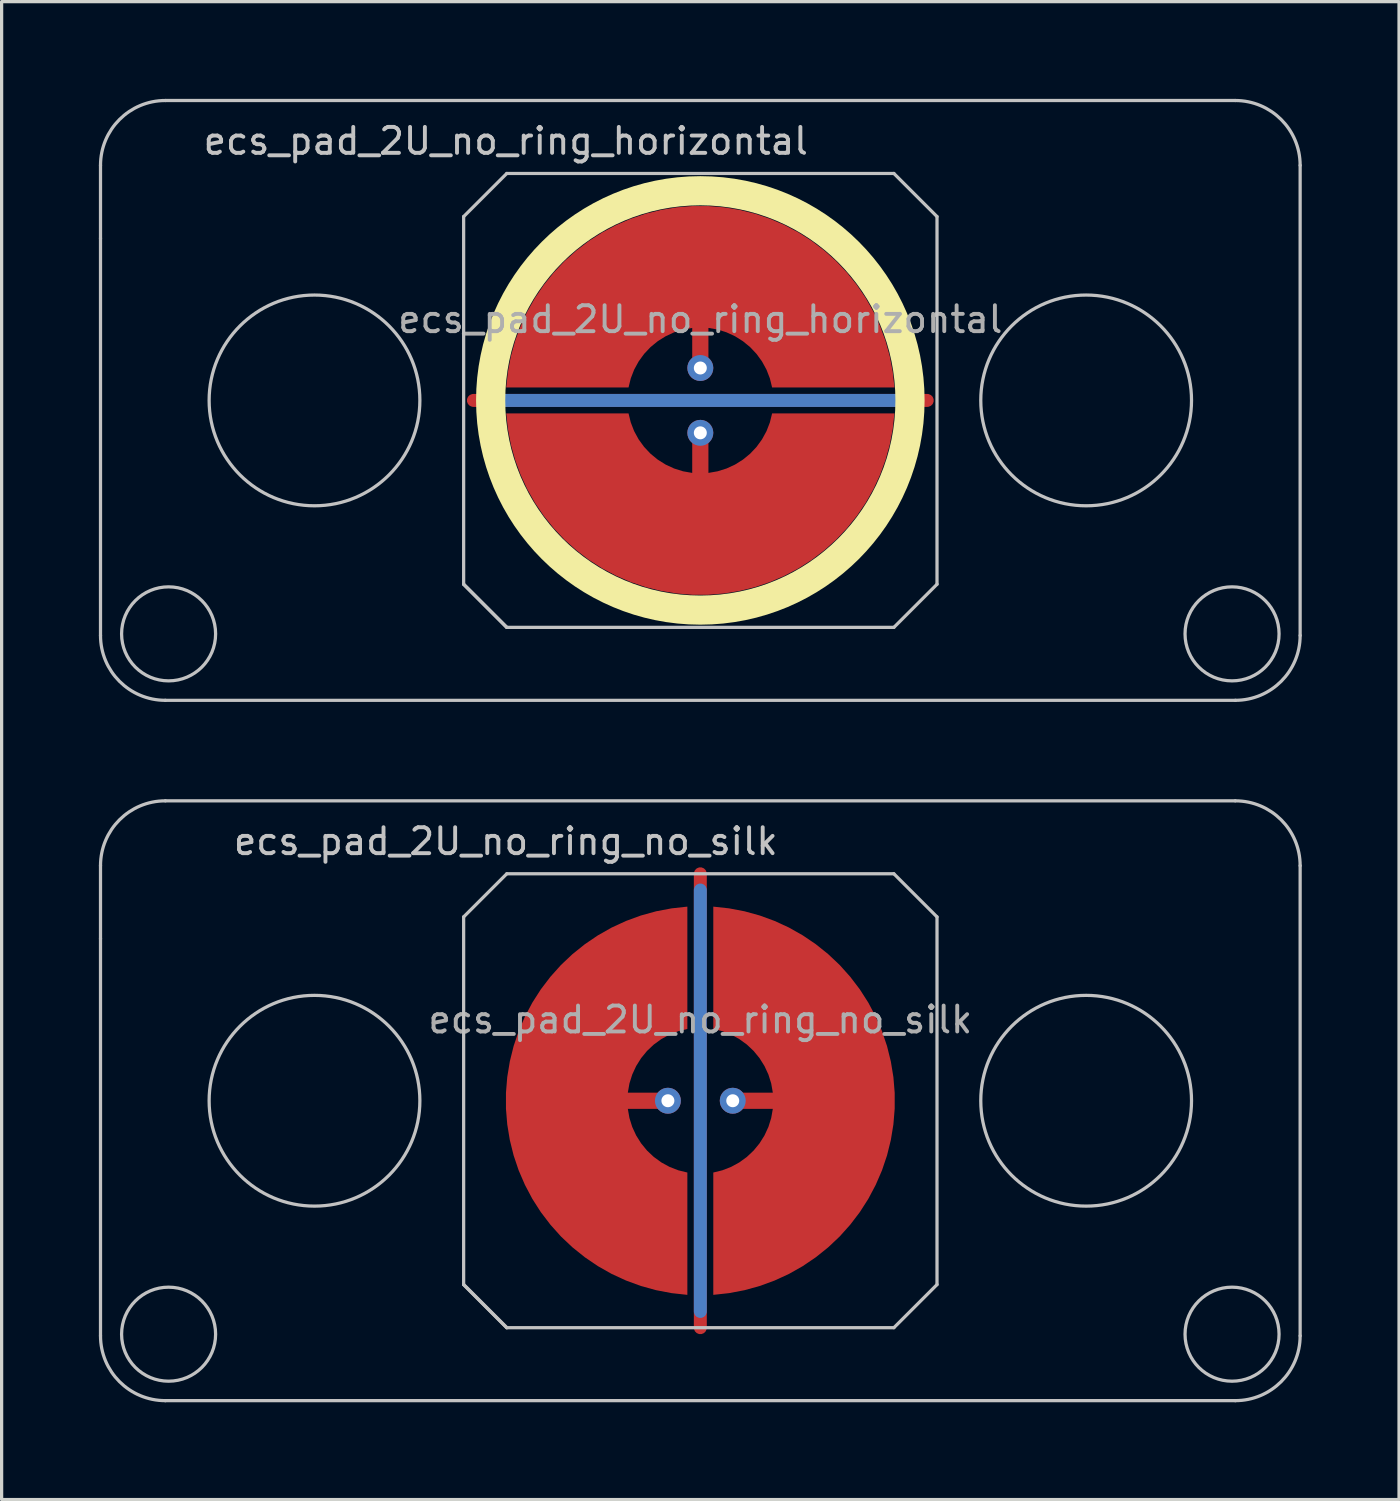
<source format=kicad_pcb>
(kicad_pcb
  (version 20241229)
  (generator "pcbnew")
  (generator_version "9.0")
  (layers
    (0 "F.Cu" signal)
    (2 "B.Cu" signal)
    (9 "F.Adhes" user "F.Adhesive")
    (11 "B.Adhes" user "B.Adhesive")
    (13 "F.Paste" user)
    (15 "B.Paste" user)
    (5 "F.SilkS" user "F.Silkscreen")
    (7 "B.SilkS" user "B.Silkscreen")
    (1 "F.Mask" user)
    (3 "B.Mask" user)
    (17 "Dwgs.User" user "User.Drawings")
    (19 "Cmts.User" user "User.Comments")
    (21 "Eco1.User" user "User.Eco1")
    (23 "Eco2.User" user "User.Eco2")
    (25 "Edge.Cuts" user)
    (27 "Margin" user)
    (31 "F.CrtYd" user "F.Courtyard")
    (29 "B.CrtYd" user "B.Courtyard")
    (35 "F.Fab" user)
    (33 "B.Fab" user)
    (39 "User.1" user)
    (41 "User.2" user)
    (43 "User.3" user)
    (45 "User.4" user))
  (footprint "ecs_pad_2U_no_ring_horizontal"
    (layer "F.Cu")
    (at 18.55 9.3)
    (property "Reference" "ecs_pad_2U_no_ring_horizontal" (at -6 -8 0) (layer "Dwgs.User") (effects (font (size 0.8 0.8) (thickness 0.12))))
    (attr smd)
    (fp_circle (center 0 0) (end 6.467 0) (stroke (width 0.9) (type solid)) (fill no) (layer "F.SilkS"))
    (fp_line (start -18.5 -5) (end -18.5 -7.25) (stroke (width 0.1) (type solid)) (layer "Dwgs.User"))
    (fp_line (start -18.5 -5) (end -18.5 7.25) (stroke (width 0.1) (type solid)) (layer "Dwgs.User"))
    (fp_line (start -16.5 -9.25) (end 16.5 -9.25) (stroke (width 0.1) (type solid)) (layer "Dwgs.User"))
    (fp_line (start -16.5 9.25) (end 16.5 9.25) (stroke (width 0.1) (type solid)) (layer "Dwgs.User"))
    (fp_line (start -7.3 -5.67) (end -5.97 -7) (stroke (width 0.1) (type solid)) (layer "Dwgs.User"))
    (fp_line (start -7.3 5.67) (end -7.3 -5.67) (stroke (width 0.1) (type solid)) (layer "Dwgs.User"))
    (fp_line (start -7.3 5.67) (end -5.97 7) (stroke (width 0.1) (type solid)) (layer "Dwgs.User"))
    (fp_line (start -5.97 -7) (end 5.97 -7) (stroke (width 0.1) (type solid)) (layer "Dwgs.User"))
    (fp_line (start -5.97 7) (end -7.3 5.67) (stroke (width 0.1) (type solid)) (layer "Dwgs.User"))
    (fp_line (start 5.97 -7) (end 7.3 -5.67) (stroke (width 0.1) (type solid)) (layer "Dwgs.User"))
    (fp_line (start 5.97 7) (end -5.97 7) (stroke (width 0.1) (type solid)) (layer "Dwgs.User"))
    (fp_line (start 7.3 -5.67) (end 7.3 5.67) (stroke (width 0.1) (type solid)) (layer "Dwgs.User"))
    (fp_line (start 7.3 5.67) (end 5.97 7) (stroke (width 0.1) (type solid)) (layer "Dwgs.User"))
    (fp_line (start 18.5 -7.25) (end 18.5 7.25) (stroke (width 0.1) (type solid)) (layer "Dwgs.User"))
    (fp_arc (start -18.5 -7.25) (mid -17.914214 -8.664214) (end -16.5 -9.25) (stroke (width 0.1) (type solid)) (layer "Dwgs.User"))
    (fp_arc (start -16.5 9.25) (mid -17.914214 8.664214) (end -18.5 7.25) (stroke (width 0.1) (type solid)) (layer "Dwgs.User"))
    (fp_arc (start 16.5 -9.25) (mid 17.914214 -8.664214) (end 18.5 -7.25) (stroke (width 0.1) (type solid)) (layer "Dwgs.User"))
    (fp_arc (start 18.5 7.25) (mid 17.914214 8.664214) (end 16.5 9.25) (stroke (width 0.1) (type solid)) (layer "Dwgs.User"))
    (fp_circle (center -16.4 7.2) (end -14.95 7.2) (stroke (width 0.1) (type solid)) (fill no) (layer "Dwgs.User"))
    (fp_circle (center -11.9 0) (end -8.65 0) (stroke (width 0.1) (type solid)) (fill no) (layer "Dwgs.User"))
    (fp_circle (center 11.9 0) (end 15.15 0) (stroke (width 0.1) (type solid)) (fill no) (layer "Dwgs.User"))
    (fp_circle (center 16.4 7.2) (end 17.85 7.2) (stroke (width 0.1) (type solid)) (fill no) (layer "Dwgs.User"))
    (fp_text user "${REFERENCE}" (at 0 -2.5 0) (layer "F.Fab") (effects (font (size 0.8 0.8) (thickness 0.12))))
    (pad "1" smd custom (at 0 1 90) (size 0.4 0.4) (layers "F.Cu") (options (anchor circle)) (primitives (gr_poly (pts (xy 0.6 -2.214) (xy 0.32 -2.145) (xy 0.052 -2.041) (xy -0.201 -1.903) (xy -0.434 -1.734) (xy -0.644 -1.536) (xy -0.826 -1.314) (xy -0.979 -1.07) (xy -1.1 -0.808) (xy -1.186 -0.534) (xy -1.236 -0.25) (xy 0 -0.25) (xy 0.096 -0.231) (xy 0.177 -0.177) (xy 0.231 -0.096) (xy 0.25 0) (xy 0.231 0.096) (xy 0.177 0.177) (xy 0.096 0.231) (xy 0 0.25) (xy -1.236 0.25) (xy -1.186 0.534) (xy -1.1 0.808) (xy -0.979 1.07) (xy -0.826 1.314) (xy -0.644 1.536) (xy -0.434 1.734) (xy -0.201 1.903) (xy 0.052 2.041) (xy 0.32 2.145) (xy 0.6 2.214) (xy 0.6 5.987) (xy 0.115 5.934) (xy -0.364 5.843) (xy -0.834 5.713) (xy -1.292 5.545) (xy -1.735 5.341) (xy -2.159 5.101) (xy -2.563 4.827) (xy -2.943 4.522) (xy -3.298 4.187) (xy -3.623 3.824) (xy -3.919 3.436) (xy -4.182 3.025) (xy -4.41 2.594) (xy -4.603 2.147) (xy -4.759 1.684) (xy -4.876 1.211) (xy -4.955 0.73) (xy -4.995 0.244) (xy -4.995 -0.244) (xy -4.955 -0.73) (xy -4.876 -1.211) (xy -4.759 -1.684) (xy -4.603 -2.147) (xy -4.41 -2.594) (xy -4.182 -3.025) (xy -3.919 -3.436) (xy -3.623 -3.824) (xy -3.298 -4.187) (xy -2.943 -4.522) (xy -2.563 -4.827) (xy -2.159 -5.101) (xy -1.735 -5.341) (xy -1.292 -5.545) (xy -0.834 -5.713) (xy -0.364 -5.843) (xy 0.115 -5.934) (xy 0.6 -5.987)) (width 0) (fill yes))))
    (pad "1" thru_hole circle (at 0 1 90) (size 0.8 0.8) (drill 0.4) (layers "*.Cu"))
    (pad "2" smd custom (at 0 -1 270) (size 0.4 0.4) (layers "F.Cu") (options (anchor circle)) (primitives (gr_poly (pts (xy 0.6 -2.214) (xy 0.32 -2.145) (xy 0.052 -2.041) (xy -0.201 -1.903) (xy -0.434 -1.734) (xy -0.644 -1.536) (xy -0.826 -1.314) (xy -0.979 -1.07) (xy -1.1 -0.808) (xy -1.186 -0.534) (xy -1.236 -0.25) (xy 0 -0.25) (xy 0.096 -0.231) (xy 0.177 -0.177) (xy 0.231 -0.096) (xy 0.25 0) (xy 0.231 0.096) (xy 0.177 0.177) (xy 0.096 0.231) (xy 0 0.25) (xy -1.236 0.25) (xy -1.186 0.534) (xy -1.1 0.808) (xy -0.979 1.07) (xy -0.826 1.314) (xy -0.644 1.536) (xy -0.434 1.734) (xy -0.201 1.903) (xy 0.052 2.041) (xy 0.32 2.145) (xy 0.6 2.214) (xy 0.6 5.987) (xy 0.115 5.934) (xy -0.364 5.843) (xy -0.834 5.713) (xy -1.292 5.545) (xy -1.735 5.341) (xy -2.159 5.101) (xy -2.563 4.827) (xy -2.943 4.522) (xy -3.298 4.187) (xy -3.623 3.824) (xy -3.919 3.436) (xy -4.182 3.025) (xy -4.41 2.594) (xy -4.603 2.147) (xy -4.759 1.684) (xy -4.876 1.211) (xy -4.955 0.73) (xy -4.995 0.244) (xy -4.995 -0.244) (xy -4.955 -0.73) (xy -4.876 -1.211) (xy -4.759 -1.684) (xy -4.603 -2.147) (xy -4.41 -2.594) (xy -4.182 -3.025) (xy -3.919 -3.436) (xy -3.623 -3.824) (xy -3.298 -4.187) (xy -2.943 -4.522) (xy -2.563 -4.827) (xy -2.159 -5.101) (xy -1.735 -5.341) (xy -1.292 -5.545) (xy -0.834 -5.713) (xy -0.364 -5.843) (xy 0.115 -5.934) (xy 0.6 -5.987)) (width 0) (fill yes))))
    (pad "2" thru_hole circle (at 0 -1 90) (size 0.8 0.8) (drill 0.4) (layers "*.Cu"))
    (pad "3" smd custom (at 0 0 90) (size 0.4 0.4) (layers "F.Cu") (options (anchor rect)) (primitives (gr_line (start 0 -7) (end 0 7) (width 0.4))))
    (pad "3" smd custom (at 0 0 90) (size 0.4 0.4) (layers "B.Cu") (options (anchor rect)) (primitives (gr_line (start 0 -6.5) (end 0 6.5) (width 0.4))))
    (zone (net_name "") (layer "F.Cu") (hatch edge 0.508) (connect_pads) (min_thickness 0.254) (filled_areas_thickness no) (keepout (tracks allowed) (vias allowed) (pads allowed) (copperpour not_allowed) (footprints allowed)) (placement (enabled no)) (fill) (polygon (pts (xy 25.555 9.3) (xy 25.536 8.787) (xy 25.48 8.277) (xy 25.386 7.772) (xy 25.256 7.275) (xy 25.09 6.79) (xy 24.888 6.317) (xy 24.653 5.861) (xy 24.385 5.424) (xy 24.085 5.007) (xy 23.756 4.613) (xy 23.398 4.244) (xy 23.015 3.903) (xy 22.608 3.59) (xy 22.179 3.308) (xy 21.73 3.059) (xy 21.265 2.842) (xy 20.784 2.661) (xy 20.292 2.515) (xy 19.79 2.406) (xy 19.282 2.333) (xy 18.77 2.299) (xy 18.257 2.301) (xy 17.745 2.342) (xy 17.237 2.419) (xy 16.737 2.534) (xy 16.246 2.685) (xy 15.768 2.871) (xy 15.305 3.092) (xy 14.859 3.347) (xy 14.433 3.633) (xy 14.029 3.95) (xy 13.649 4.295) (xy 13.296 4.668) (xy 12.97 5.065) (xy 12.675 5.485) (xy 12.412 5.925) (xy 12.181 6.384) (xy 11.984 6.858) (xy 11.823 7.346) (xy 11.698 7.844) (xy 11.61 8.349) (xy 11.559 8.86) (xy 11.545 9.373) (xy 11.57 9.886) (xy 11.631 10.396) (xy 11.73 10.9) (xy 11.866 11.395) (xy 12.037 11.879) (xy 12.243 12.349) (xy 12.484 12.802) (xy 12.756 13.237) (xy 13.06 13.651) (xy 13.394 14.041) (xy 13.755 14.406) (xy 14.142 14.744) (xy 14.552 15.052) (xy 14.984 15.329) (xy 15.435 15.574) (xy 15.903 15.786) (xy 16.385 15.962) (xy 16.879 16.103) (xy 17.382 16.207) (xy 17.891 16.274) (xy 18.403 16.303) (xy 18.917 16.295) (xy 19.428 16.25) (xy 19.935 16.167) (xy 20.434 16.047) (xy 20.923 15.891) (xy 21.399 15.699) (xy 21.86 15.473) (xy 22.303 15.214) (xy 22.726 14.924) (xy 23.127 14.603) (xy 23.503 14.253) (xy 23.853 13.877) (xy 24.174 13.476) (xy 24.464 13.053) (xy 24.723 12.61) (xy 24.949 12.149) (xy 25.141 11.673) (xy 25.297 11.184) (xy 25.417 10.685) (xy 25.5 10.178) (xy 25.545 9.667))))
    (zone (net_name "") (layer "B.Cu") (hatch edge 0.508) (connect_pads) (min_thickness 0.254) (filled_areas_thickness no) (keepout (tracks allowed) (vias allowed) (pads allowed) (copperpour not_allowed) (footprints allowed)) (placement (enabled no)) (fill) (polygon (pts (xy 25.108 9.3) (xy 25.088 8.785) (xy 25.028 8.274) (xy 24.927 7.769) (xy 24.787 7.273) (xy 24.609 6.79) (xy 24.393 6.323) (xy 24.142 5.873) (xy 23.856 5.445) (xy 23.537 5.041) (xy 23.187 4.663) (xy 22.809 4.313) (xy 22.405 3.994) (xy 21.977 3.708) (xy 21.527 3.457) (xy 21.06 3.241) (xy 20.577 3.063) (xy 20.081 2.923) (xy 19.576 2.822) (xy 19.065 2.762) (xy 18.55 2.742) (xy 18.035 2.762) (xy 17.524 2.822) (xy 17.019 2.923) (xy 16.523 3.063) (xy 16.04 3.241) (xy 15.573 3.457) (xy 15.123 3.708) (xy 14.695 3.994) (xy 14.291 4.313) (xy 13.913 4.663) (xy 13.563 5.041) (xy 13.244 5.445) (xy 12.958 5.873) (xy 12.707 6.323) (xy 12.491 6.79) (xy 12.313 7.273) (xy 12.173 7.769) (xy 12.072 8.274) (xy 12.012 8.785) (xy 11.992 9.3) (xy 12.012 9.815) (xy 12.072 10.326) (xy 12.173 10.831) (xy 12.313 11.327) (xy 12.491 11.81) (xy 12.707 12.277) (xy 12.958 12.727) (xy 13.244 13.155) (xy 13.563 13.559) (xy 13.913 13.937) (xy 14.291 14.287) (xy 14.695 14.606) (xy 15.123 14.892) (xy 15.573 15.143) (xy 16.04 15.359) (xy 16.523 15.537) (xy 17.019 15.677) (xy 17.524 15.778) (xy 18.035 15.838) (xy 18.55 15.858) (xy 19.065 15.838) (xy 19.576 15.778) (xy 20.081 15.677) (xy 20.577 15.537) (xy 21.06 15.359) (xy 21.527 15.143) (xy 21.977 14.892) (xy 22.405 14.606) (xy 22.809 14.287) (xy 23.187 13.937) (xy 23.537 13.559) (xy 23.856 13.155) (xy 24.142 12.727) (xy 24.393 12.277) (xy 24.609 11.81) (xy 24.787 11.327) (xy 24.927 10.831) (xy 25.028 10.326) (xy 25.088 9.815)))))
  (footprint "ecs_pad_2U_no_ring_no_silk"
    (layer "F.Cu")
    (at 18.55 30.9)
    (property "Reference" "ecs_pad_2U_no_ring_no_silk" (at -6 -8 0) (layer "Dwgs.User") (effects (font (size 0.8 0.8) (thickness 0.12))))
    (attr smd)
    (fp_line (start -18.5 -5) (end -18.5 -7.25) (stroke (width 0.1) (type solid)) (layer "Dwgs.User"))
    (fp_line (start -18.5 -5) (end -18.5 7.25) (stroke (width 0.1) (type solid)) (layer "Dwgs.User"))
    (fp_line (start -16.5 -9.25) (end 16.5 -9.25) (stroke (width 0.1) (type solid)) (layer "Dwgs.User"))
    (fp_line (start -16.5 9.25) (end 16.5 9.25) (stroke (width 0.1) (type solid)) (layer "Dwgs.User"))
    (fp_line (start -7.3 -5.67) (end -5.97 -7) (stroke (width 0.1) (type solid)) (layer "Dwgs.User"))
    (fp_line (start -7.3 5.67) (end -7.3 -5.67) (stroke (width 0.1) (type solid)) (layer "Dwgs.User"))
    (fp_line (start -7.3 5.67) (end -5.97 7) (stroke (width 0.1) (type solid)) (layer "Dwgs.User"))
    (fp_line (start -5.97 -7) (end 5.97 -7) (stroke (width 0.1) (type solid)) (layer "Dwgs.User"))
    (fp_line (start -5.97 7) (end -7.3 5.67) (stroke (width 0.1) (type solid)) (layer "Dwgs.User"))
    (fp_line (start 5.97 -7) (end 7.3 -5.67) (stroke (width 0.1) (type solid)) (layer "Dwgs.User"))
    (fp_line (start 5.97 7) (end -5.97 7) (stroke (width 0.1) (type solid)) (layer "Dwgs.User"))
    (fp_line (start 7.3 -5.67) (end 7.3 5.67) (stroke (width 0.1) (type solid)) (layer "Dwgs.User"))
    (fp_line (start 7.3 5.67) (end 5.97 7) (stroke (width 0.1) (type solid)) (layer "Dwgs.User"))
    (fp_line (start 18.5 -7.25) (end 18.5 7.25) (stroke (width 0.1) (type solid)) (layer "Dwgs.User"))
    (fp_arc (start -18.5 -7.25) (mid -17.914214 -8.664214) (end -16.5 -9.25) (stroke (width 0.1) (type solid)) (layer "Dwgs.User"))
    (fp_arc (start -16.5 9.25) (mid -17.914214 8.664214) (end -18.5 7.25) (stroke (width 0.1) (type solid)) (layer "Dwgs.User"))
    (fp_arc (start 16.5 -9.25) (mid 17.914214 -8.664214) (end 18.5 -7.25) (stroke (width 0.1) (type solid)) (layer "Dwgs.User"))
    (fp_arc (start 18.5 7.25) (mid 17.914214 8.664214) (end 16.5 9.25) (stroke (width 0.1) (type solid)) (layer "Dwgs.User"))
    (fp_circle (center -16.4 7.2) (end -14.95 7.2) (stroke (width 0.1) (type solid)) (fill no) (layer "Dwgs.User"))
    (fp_circle (center -11.9 0) (end -8.65 0) (stroke (width 0.1) (type solid)) (fill no) (layer "Dwgs.User"))
    (fp_circle (center 11.9 0) (end 15.15 0) (stroke (width 0.1) (type solid)) (fill no) (layer "Dwgs.User"))
    (fp_circle (center 16.4 7.2) (end 17.85 7.2) (stroke (width 0.1) (type solid)) (fill no) (layer "Dwgs.User"))
    (fp_text user "${REFERENCE}" (at 0 -2.5 0) (layer "F.Fab") (effects (font (size 0.8 0.8) (thickness 0.12))))
    (pad "1" smd custom (at -1 0) (size 0.4 0.4) (layers "F.Cu") (options (anchor circle)) (primitives (gr_poly (pts (xy 0.6 -2.214) (xy 0.32 -2.145) (xy 0.052 -2.041) (xy -0.201 -1.903) (xy -0.434 -1.734) (xy -0.644 -1.536) (xy -0.826 -1.314) (xy -0.979 -1.07) (xy -1.1 -0.808) (xy -1.186 -0.534) (xy -1.236 -0.25) (xy 0 -0.25) (xy 0.096 -0.231) (xy 0.177 -0.177) (xy 0.231 -0.096) (xy 0.25 0) (xy 0.231 0.096) (xy 0.177 0.177) (xy 0.096 0.231) (xy 0 0.25) (xy -1.236 0.25) (xy -1.186 0.534) (xy -1.1 0.808) (xy -0.979 1.07) (xy -0.826 1.314) (xy -0.644 1.536) (xy -0.434 1.734) (xy -0.201 1.903) (xy 0.052 2.041) (xy 0.32 2.145) (xy 0.6 2.214) (xy 0.6 5.987) (xy 0.115 5.934) (xy -0.364 5.843) (xy -0.834 5.713) (xy -1.292 5.545) (xy -1.735 5.341) (xy -2.159 5.101) (xy -2.563 4.827) (xy -2.943 4.522) (xy -3.298 4.187) (xy -3.623 3.824) (xy -3.919 3.436) (xy -4.182 3.025) (xy -4.41 2.594) (xy -4.603 2.147) (xy -4.759 1.684) (xy -4.876 1.211) (xy -4.955 0.73) (xy -4.995 0.244) (xy -4.995 -0.244) (xy -4.955 -0.73) (xy -4.876 -1.211) (xy -4.759 -1.684) (xy -4.603 -2.147) (xy -4.41 -2.594) (xy -4.182 -3.025) (xy -3.919 -3.436) (xy -3.623 -3.824) (xy -3.298 -4.187) (xy -2.943 -4.522) (xy -2.563 -4.827) (xy -2.159 -5.101) (xy -1.735 -5.341) (xy -1.292 -5.545) (xy -0.834 -5.713) (xy -0.364 -5.843) (xy 0.115 -5.934) (xy 0.6 -5.987)) (width 0) (fill yes))))
    (pad "1" thru_hole circle (at -1 0) (size 0.8 0.8) (drill 0.4) (layers "*.Cu"))
    (pad "2" smd custom (at 1 0 180) (size 0.4 0.4) (layers "F.Cu") (options (anchor circle)) (primitives (gr_poly (pts (xy 0.6 -2.214) (xy 0.32 -2.145) (xy 0.052 -2.041) (xy -0.201 -1.903) (xy -0.434 -1.734) (xy -0.644 -1.536) (xy -0.826 -1.314) (xy -0.979 -1.07) (xy -1.1 -0.808) (xy -1.186 -0.534) (xy -1.236 -0.25) (xy 0 -0.25) (xy 0.096 -0.231) (xy 0.177 -0.177) (xy 0.231 -0.096) (xy 0.25 0) (xy 0.231 0.096) (xy 0.177 0.177) (xy 0.096 0.231) (xy 0 0.25) (xy -1.236 0.25) (xy -1.186 0.534) (xy -1.1 0.808) (xy -0.979 1.07) (xy -0.826 1.314) (xy -0.644 1.536) (xy -0.434 1.734) (xy -0.201 1.903) (xy 0.052 2.041) (xy 0.32 2.145) (xy 0.6 2.214) (xy 0.6 5.987) (xy 0.115 5.934) (xy -0.364 5.843) (xy -0.834 5.713) (xy -1.292 5.545) (xy -1.735 5.341) (xy -2.159 5.101) (xy -2.563 4.827) (xy -2.943 4.522) (xy -3.298 4.187) (xy -3.623 3.824) (xy -3.919 3.436) (xy -4.182 3.025) (xy -4.41 2.594) (xy -4.603 2.147) (xy -4.759 1.684) (xy -4.876 1.211) (xy -4.955 0.73) (xy -4.995 0.244) (xy -4.995 -0.244) (xy -4.955 -0.73) (xy -4.876 -1.211) (xy -4.759 -1.684) (xy -4.603 -2.147) (xy -4.41 -2.594) (xy -4.182 -3.025) (xy -3.919 -3.436) (xy -3.623 -3.824) (xy -3.298 -4.187) (xy -2.943 -4.522) (xy -2.563 -4.827) (xy -2.159 -5.101) (xy -1.735 -5.341) (xy -1.292 -5.545) (xy -0.834 -5.713) (xy -0.364 -5.843) (xy 0.115 -5.934) (xy 0.6 -5.987)) (width 0) (fill yes))))
    (pad "2" thru_hole circle (at 1 0) (size 0.8 0.8) (drill 0.4) (layers "*.Cu"))
    (pad "3" smd custom (at 0 0) (size 0.4 0.4) (layers "F.Cu") (options (anchor rect)) (primitives (gr_line (start 0 -7) (end 0 7) (width 0.4))))
    (pad "3" smd custom (at 0 0) (size 0.4 0.4) (layers "B.Cu") (options (anchor rect)) (primitives (gr_line (start 0 -6.5) (end 0 6.5) (width 0.4))))
    (zone (net_name "") (layer "F.Cu") (hatch edge 0.508) (connect_pads) (min_thickness 0.254) (filled_areas_thickness no) (keepout (tracks allowed) (vias allowed) (pads allowed) (copperpour not_allowed) (footprints allowed)) (placement (enabled no)) (fill) (polygon (pts (xy 25.555 30.9) (xy 25.536 30.387) (xy 25.48 29.877) (xy 25.386 29.372) (xy 25.256 28.875) (xy 25.09 28.39) (xy 24.888 27.917) (xy 24.653 27.461) (xy 24.385 27.024) (xy 24.085 26.607) (xy 23.756 26.213) (xy 23.398 25.844) (xy 23.015 25.503) (xy 22.608 25.19) (xy 22.179 24.908) (xy 21.73 24.659) (xy 21.265 24.442) (xy 20.784 24.261) (xy 20.292 24.115) (xy 19.79 24.006) (xy 19.282 23.933) (xy 18.77 23.899) (xy 18.257 23.901) (xy 17.745 23.942) (xy 17.237 24.019) (xy 16.737 24.134) (xy 16.246 24.285) (xy 15.768 24.471) (xy 15.305 24.692) (xy 14.859 24.947) (xy 14.433 25.233) (xy 14.029 25.55) (xy 13.649 25.895) (xy 13.296 26.268) (xy 12.97 26.665) (xy 12.675 27.085) (xy 12.412 27.525) (xy 12.181 27.984) (xy 11.984 28.458) (xy 11.823 28.946) (xy 11.698 29.444) (xy 11.61 29.949) (xy 11.559 30.46) (xy 11.545 30.973) (xy 11.57 31.486) (xy 11.631 31.996) (xy 11.73 32.5) (xy 11.866 32.995) (xy 12.037 33.479) (xy 12.243 33.949) (xy 12.484 34.402) (xy 12.756 34.837) (xy 13.06 35.251) (xy 13.394 35.641) (xy 13.755 36.006) (xy 14.142 36.344) (xy 14.552 36.652) (xy 14.984 36.929) (xy 15.435 37.174) (xy 15.903 37.386) (xy 16.385 37.562) (xy 16.879 37.703) (xy 17.382 37.807) (xy 17.891 37.874) (xy 18.403 37.903) (xy 18.917 37.895) (xy 19.428 37.85) (xy 19.935 37.767) (xy 20.434 37.647) (xy 20.923 37.491) (xy 21.399 37.299) (xy 21.86 37.073) (xy 22.303 36.814) (xy 22.726 36.524) (xy 23.127 36.203) (xy 23.503 35.853) (xy 23.853 35.477) (xy 24.174 35.076) (xy 24.464 34.653) (xy 24.723 34.21) (xy 24.949 33.749) (xy 25.141 33.273) (xy 25.297 32.784) (xy 25.417 32.285) (xy 25.5 31.778) (xy 25.545 31.267))))
    (zone (net_name "") (layer "B.Cu") (hatch edge 0.508) (connect_pads) (min_thickness 0.254) (filled_areas_thickness no) (keepout (tracks allowed) (vias allowed) (pads allowed) (copperpour not_allowed) (footprints allowed)) (placement (enabled no)) (fill) (polygon (pts (xy 25.108 30.9) (xy 25.088 30.385) (xy 25.028 29.874) (xy 24.927 29.369) (xy 24.787 28.873) (xy 24.609 28.39) (xy 24.393 27.923) (xy 24.142 27.473) (xy 23.856 27.045) (xy 23.537 26.641) (xy 23.187 26.263) (xy 22.809 25.913) (xy 22.405 25.594) (xy 21.977 25.308) (xy 21.527 25.057) (xy 21.06 24.841) (xy 20.577 24.663) (xy 20.081 24.523) (xy 19.576 24.422) (xy 19.065 24.362) (xy 18.55 24.342) (xy 18.035 24.362) (xy 17.524 24.422) (xy 17.019 24.523) (xy 16.523 24.663) (xy 16.04 24.841) (xy 15.573 25.057) (xy 15.123 25.308) (xy 14.695 25.594) (xy 14.291 25.913) (xy 13.913 26.263) (xy 13.563 26.641) (xy 13.244 27.045) (xy 12.958 27.473) (xy 12.707 27.923) (xy 12.491 28.39) (xy 12.313 28.873) (xy 12.173 29.369) (xy 12.072 29.874) (xy 12.012 30.385) (xy 11.992 30.9) (xy 12.012 31.415) (xy 12.072 31.926) (xy 12.173 32.431) (xy 12.313 32.927) (xy 12.491 33.41) (xy 12.707 33.877) (xy 12.958 34.327) (xy 13.244 34.755) (xy 13.563 35.159) (xy 13.913 35.537) (xy 14.291 35.887) (xy 14.695 36.206) (xy 15.123 36.492) (xy 15.573 36.743) (xy 16.04 36.959) (xy 16.523 37.137) (xy 17.019 37.277) (xy 17.524 37.378) (xy 18.035 37.438) (xy 18.55 37.458) (xy 19.065 37.438) (xy 19.576 37.378) (xy 20.081 37.277) (xy 20.577 37.137) (xy 21.06 36.959) (xy 21.527 36.743) (xy 21.977 36.492) (xy 22.405 36.206) (xy 22.809 35.887) (xy 23.187 35.537) (xy 23.537 35.159) (xy 23.856 34.755) (xy 24.142 34.327) (xy 24.393 33.877) (xy 24.609 33.41) (xy 24.787 32.927) (xy 24.927 32.431) (xy 25.028 31.926) (xy 25.088 31.415)))))
  (gr_rect
    (start -3 -3)
    (end 40.1 43.2)
    (stroke (width 0.1) (type default))
    (fill no)
    (layer "Edge.Cuts")))
</source>
